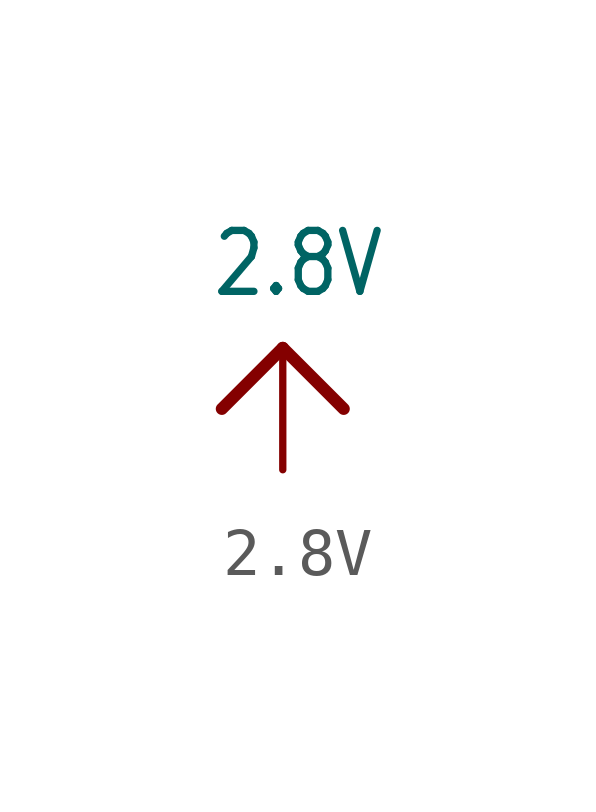
<source format=kicad_sym>
(kicad_symbol_lib
  (version 20220914)
  (generator kicad_symbol_editor)
  (symbol "2.8V"
    (power)
    (property "Reference" ""
      (at 0 0 0)
      (effects (font (size 1.27 1.27)) hide))
    (property "Value" "2.8V"
      (at -1.524 1.016 0)
      (effects (font (size 1.27 1.079)) (justify left bottom)))
    (property "ki_locked" ""
      (at 0 0 0)
      (effects (font (size 1.27 1.27))))
    (symbol "2.8V_1_0"
      (polyline (pts (xy -1.27 -1.27) (xy 0 0)) (stroke (width 0.254) (type solid)) (fill (type none)))
      (polyline (pts (xy 0 0) (xy 1.27 -1.27)) (stroke (width 0.254) (type solid)) (fill (type none)))
      (pin power_in line (at 0 -2.54 90) (length 2.54) (name "2.8V" (effects (font (size 0 0)))) (number "1" (effects (font (size 0 0))))))))
</source>
